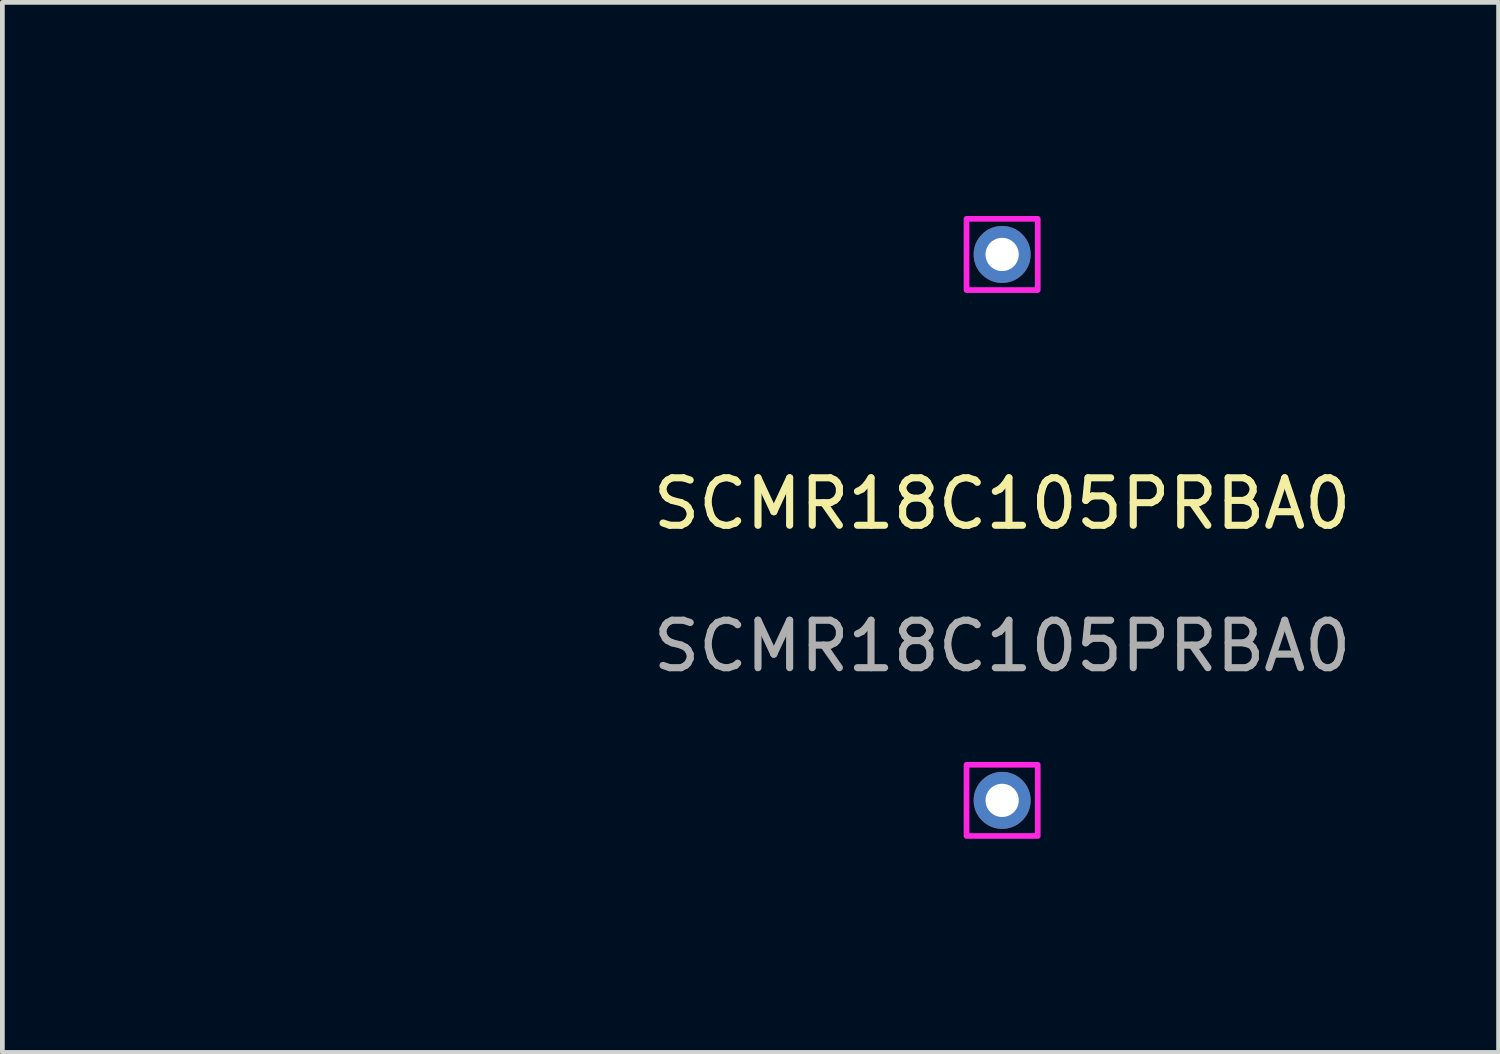
<source format=kicad_pcb>
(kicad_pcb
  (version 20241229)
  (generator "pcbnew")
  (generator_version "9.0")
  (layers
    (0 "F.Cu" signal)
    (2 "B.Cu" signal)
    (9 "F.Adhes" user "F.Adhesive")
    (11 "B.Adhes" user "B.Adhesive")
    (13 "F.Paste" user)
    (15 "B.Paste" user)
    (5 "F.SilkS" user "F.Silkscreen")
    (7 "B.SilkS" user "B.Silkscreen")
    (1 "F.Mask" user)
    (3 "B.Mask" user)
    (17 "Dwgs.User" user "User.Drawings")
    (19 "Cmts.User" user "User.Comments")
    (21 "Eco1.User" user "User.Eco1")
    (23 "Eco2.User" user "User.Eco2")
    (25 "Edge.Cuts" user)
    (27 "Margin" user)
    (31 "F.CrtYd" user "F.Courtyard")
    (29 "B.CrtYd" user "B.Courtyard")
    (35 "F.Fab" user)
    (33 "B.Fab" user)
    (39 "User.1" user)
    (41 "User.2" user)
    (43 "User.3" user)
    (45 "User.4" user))
  (footprint "SCMR18C105PRBA0"
    (layer "F.Cu")
    (at 18.06 8.06)
    (property "Reference" "SCMR18C105PRBA0" (at 0 -0.5 0) (unlocked yes) (layer "F.SilkS") (effects (font (size 1 1) (thickness 0.15))))
    (attr through_hole)
    (fp_rect (start -0.75 -6.5) (end 0.75 -5) (stroke (width 0.12) (type default)) (fill no) (layer "F.CrtYd"))
    (fp_rect (start -0.75 5) (end 0.75 6.5) (stroke (width 0.12) (type default)) (fill no) (layer "F.CrtYd"))
    (fp_rect (start -18 -8) (end 0.5 8) (stroke (width 0.12) (type default)) (fill no) (layer "User.1"))
    (fp_text user "${REFERENCE}" (at 0 2.5 0) (unlocked yes) (layer "F.Fab") (effects (font (size 1 1) (thickness 0.15))))
    (pad "1" thru_hole circle (at 0 5.75) (size 1.2 1.2) (drill 0.7) (layers "*.Cu" "*.Mask"))
    (pad "2" thru_hole circle (at 0 -5.75) (size 1.2 1.2) (drill 0.7) (layers "*.Cu" "*.Mask")))
  (gr_rect
    (start -3 -3)
    (end 28.518 19.12)
    (stroke (width 0.1) (type default))
    (fill no)
    (layer "Edge.Cuts")))
</source>
